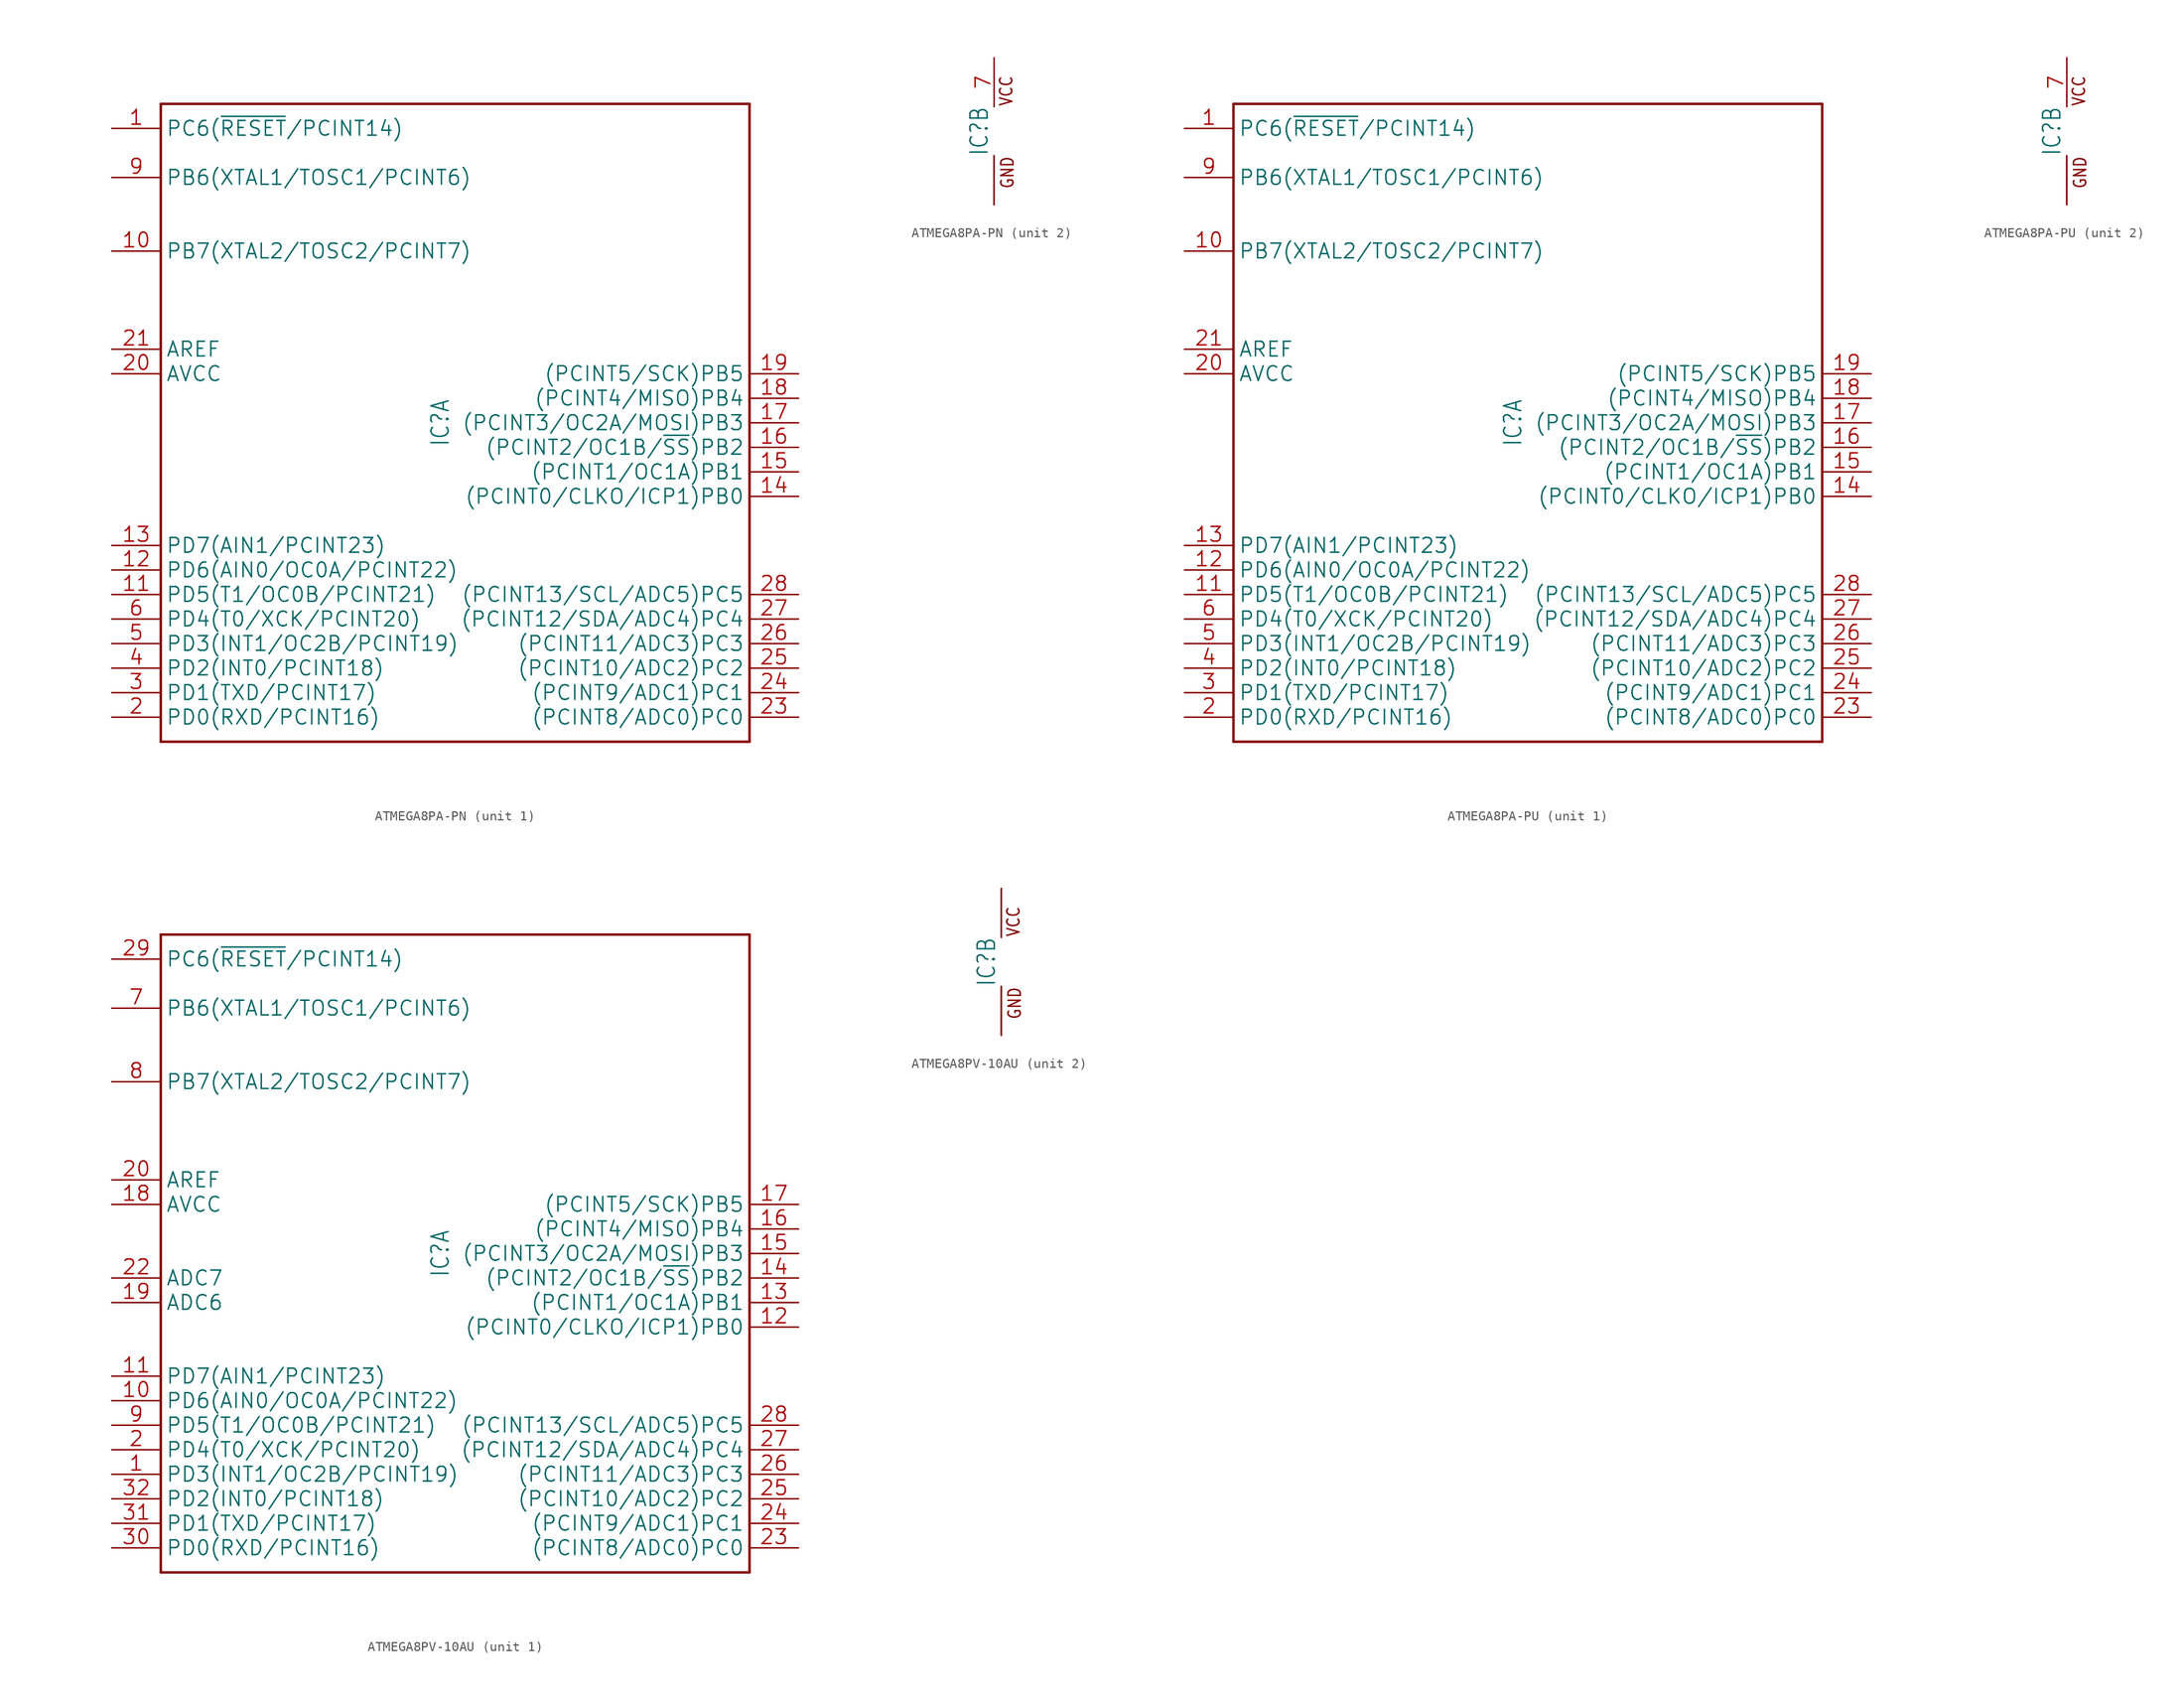
<source format=kicad_sym>
(kicad_symbol_lib
  (version 20241209)
  (generator "kicad_symbol_editor")
  (generator_version "9.0")
  (symbol "ATMEGA8PA-PN"
    (property "Reference" "IC"
      (at -0.508 0 90)
      (effects (font (size 1.778 1.511)) (justify bottom)))
    (property "ki_locked" ""
      (at 0 0 0)
      (effects (font (size 1.27 1.27))))
    (symbol "ATMEGA8PA-PN_1_0"
      (polyline (pts (xy -30.48 33.02) (xy 30.48 33.02)) (stroke (width 0.254) (type solid)) (fill (type none)))
      (polyline (pts (xy -30.48 -33.02) (xy -30.48 33.02)) (stroke (width 0.254) (type solid)) (fill (type none)))
      (polyline (pts (xy 30.48 33.02) (xy 30.48 -33.02)) (stroke (width 0.254) (type solid)) (fill (type none)))
      (polyline (pts (xy 30.48 -33.02) (xy -30.48 -33.02)) (stroke (width 0.254) (type solid)) (fill (type none)))
      (pin bidirectional line (at -35.56 30.48 0) (length 5.08) (name "PC6(~{RESET}/PCINT14)" (effects (font (size 1.524 1.524)))) (number "1" (effects (font (size 1.524 1.524)))))
      (pin bidirectional line (at -35.56 25.4 0) (length 5.08) (name "PB6(XTAL1/TOSC1/PCINT6)" (effects (font (size 1.524 1.524)))) (number "9" (effects (font (size 1.524 1.524)))))
      (pin bidirectional line (at -35.56 17.78 0) (length 5.08) (name "PB7(XTAL2/TOSC2/PCINT7)" (effects (font (size 1.524 1.524)))) (number "10" (effects (font (size 1.524 1.524)))))
      (pin passive line (at -35.56 7.62 0) (length 5.08) (name "AREF" (effects (font (size 1.524 1.524)))) (number "21" (effects (font (size 1.524 1.524)))))
      (pin power_in line (at -35.56 5.08 0) (length 5.08) (name "AVCC" (effects (font (size 1.524 1.524)))) (number "20" (effects (font (size 1.524 1.524)))))
      (pin bidirectional line (at -35.56 -12.7 0) (length 5.08) (name "PD7(AIN1/PCINT23)" (effects (font (size 1.524 1.524)))) (number "13" (effects (font (size 1.524 1.524)))))
      (pin bidirectional line (at -35.56 -15.24 0) (length 5.08) (name "PD6(AIN0/OC0A/PCINT22)" (effects (font (size 1.524 1.524)))) (number "12" (effects (font (size 1.524 1.524)))))
      (pin bidirectional line (at -35.56 -17.78 0) (length 5.08) (name "PD5(T1/OC0B/PCINT21)" (effects (font (size 1.524 1.524)))) (number "11" (effects (font (size 1.524 1.524)))))
      (pin bidirectional line (at -35.56 -20.32 0) (length 5.08) (name "PD4(T0/XCK/PCINT20)" (effects (font (size 1.524 1.524)))) (number "6" (effects (font (size 1.524 1.524)))))
      (pin bidirectional line (at -35.56 -22.86 0) (length 5.08) (name "PD3(INT1/OC2B/PCINT19)" (effects (font (size 1.524 1.524)))) (number "5" (effects (font (size 1.524 1.524)))))
      (pin bidirectional line (at -35.56 -25.4 0) (length 5.08) (name "PD2(INT0/PCINT18)" (effects (font (size 1.524 1.524)))) (number "4" (effects (font (size 1.524 1.524)))))
      (pin bidirectional line (at -35.56 -27.94 0) (length 5.08) (name "PD1(TXD/PCINT17)" (effects (font (size 1.524 1.524)))) (number "3" (effects (font (size 1.524 1.524)))))
      (pin bidirectional line (at -35.56 -30.48 0) (length 5.08) (name "PD0(RXD/PCINT16)" (effects (font (size 1.524 1.524)))) (number "2" (effects (font (size 1.524 1.524)))))
      (pin bidirectional line (at 35.56 5.08 180) (length 5.08) (name "(PCINT5/SCK)PB5" (effects (font (size 1.524 1.524)))) (number "19" (effects (font (size 1.524 1.524)))))
      (pin bidirectional line (at 35.56 2.54 180) (length 5.08) (name "(PCINT4/MISO)PB4" (effects (font (size 1.524 1.524)))) (number "18" (effects (font (size 1.524 1.524)))))
      (pin bidirectional line (at 35.56 0 180) (length 5.08) (name "(PCINT3/OC2A/MOSI)PB3" (effects (font (size 1.524 1.524)))) (number "17" (effects (font (size 1.524 1.524)))))
      (pin bidirectional line (at 35.56 -2.54 180) (length 5.08) (name "(PCINT2/OC1B/~{SS})PB2" (effects (font (size 1.524 1.524)))) (number "16" (effects (font (size 1.524 1.524)))))
      (pin bidirectional line (at 35.56 -5.08 180) (length 5.08) (name "(PCINT1/OC1A)PB1" (effects (font (size 1.524 1.524)))) (number "15" (effects (font (size 1.524 1.524)))))
      (pin bidirectional line (at 35.56 -7.62 180) (length 5.08) (name "(PCINT0/CLKO/ICP1)PB0" (effects (font (size 1.524 1.524)))) (number "14" (effects (font (size 1.524 1.524)))))
      (pin bidirectional line (at 35.56 -17.78 180) (length 5.08) (name "(PCINT13/SCL/ADC5)PC5" (effects (font (size 1.524 1.524)))) (number "28" (effects (font (size 1.524 1.524)))))
      (pin bidirectional line (at 35.56 -20.32 180) (length 5.08) (name "(PCINT12/SDA/ADC4)PC4" (effects (font (size 1.524 1.524)))) (number "27" (effects (font (size 1.524 1.524)))))
      (pin bidirectional line (at 35.56 -22.86 180) (length 5.08) (name "(PCINT11/ADC3)PC3" (effects (font (size 1.524 1.524)))) (number "26" (effects (font (size 1.524 1.524)))))
      (pin bidirectional line (at 35.56 -25.4 180) (length 5.08) (name "(PCINT10/ADC2)PC2" (effects (font (size 1.524 1.524)))) (number "25" (effects (font (size 1.524 1.524)))))
      (pin bidirectional line (at 35.56 -27.94 180) (length 5.08) (name "(PCINT9/ADC1)PC1" (effects (font (size 1.524 1.524)))) (number "24" (effects (font (size 1.524 1.524)))))
      (pin bidirectional line (at 35.56 -30.48 180) (length 5.08) (name "(PCINT8/ADC0)PC0" (effects (font (size 1.524 1.524)))) (number "23" (effects (font (size 1.524 1.524))))))
    (symbol "ATMEGA8PA-PN_2_0"
      (text "VCC" (at 0.508 2.54 900) (effects (font (size 1.27 1.079)) (justify left top)))
      (text "GND" (at 0.635 -2.54 900) (effects (font (size 1.27 1.079)) (justify right top)))
      (pin power_in line (at 0 7.62 270) (length 5.08) (name "VCC" (effects (font (size 0 0)))) (number "7" (effects (font (size 1.524 1.524)))))
      (pin power_in line (at 0 -7.62 90) (length 5.08) (name "GND" (effects (font (size 0 0)))) (number "22" (effects (font (size 0 0)))))
      (pin power_in line (at 0 -7.62 90) (length 5.08) (name "GND" (effects (font (size 0 0)))) (number "8" (effects (font (size 0 0)))))))
  (symbol "ATMEGA8PA-PU"
    (property "Reference" "IC"
      (at -0.508 0 90)
      (effects (font (size 1.778 1.511)) (justify bottom)))
    (property "ki_locked" ""
      (at 0 0 0)
      (effects (font (size 1.27 1.27))))
    (symbol "ATMEGA8PA-PU_1_0"
      (polyline (pts (xy -30.48 33.02) (xy 30.48 33.02)) (stroke (width 0.254) (type solid)) (fill (type none)))
      (polyline (pts (xy -30.48 -33.02) (xy -30.48 33.02)) (stroke (width 0.254) (type solid)) (fill (type none)))
      (polyline (pts (xy 30.48 33.02) (xy 30.48 -33.02)) (stroke (width 0.254) (type solid)) (fill (type none)))
      (polyline (pts (xy 30.48 -33.02) (xy -30.48 -33.02)) (stroke (width 0.254) (type solid)) (fill (type none)))
      (pin bidirectional line (at -35.56 30.48 0) (length 5.08) (name "PC6(~{RESET}/PCINT14)" (effects (font (size 1.524 1.524)))) (number "1" (effects (font (size 1.524 1.524)))))
      (pin bidirectional line (at -35.56 25.4 0) (length 5.08) (name "PB6(XTAL1/TOSC1/PCINT6)" (effects (font (size 1.524 1.524)))) (number "9" (effects (font (size 1.524 1.524)))))
      (pin bidirectional line (at -35.56 17.78 0) (length 5.08) (name "PB7(XTAL2/TOSC2/PCINT7)" (effects (font (size 1.524 1.524)))) (number "10" (effects (font (size 1.524 1.524)))))
      (pin passive line (at -35.56 7.62 0) (length 5.08) (name "AREF" (effects (font (size 1.524 1.524)))) (number "21" (effects (font (size 1.524 1.524)))))
      (pin power_in line (at -35.56 5.08 0) (length 5.08) (name "AVCC" (effects (font (size 1.524 1.524)))) (number "20" (effects (font (size 1.524 1.524)))))
      (pin bidirectional line (at -35.56 -12.7 0) (length 5.08) (name "PD7(AIN1/PCINT23)" (effects (font (size 1.524 1.524)))) (number "13" (effects (font (size 1.524 1.524)))))
      (pin bidirectional line (at -35.56 -15.24 0) (length 5.08) (name "PD6(AIN0/OC0A/PCINT22)" (effects (font (size 1.524 1.524)))) (number "12" (effects (font (size 1.524 1.524)))))
      (pin bidirectional line (at -35.56 -17.78 0) (length 5.08) (name "PD5(T1/OC0B/PCINT21)" (effects (font (size 1.524 1.524)))) (number "11" (effects (font (size 1.524 1.524)))))
      (pin bidirectional line (at -35.56 -20.32 0) (length 5.08) (name "PD4(T0/XCK/PCINT20)" (effects (font (size 1.524 1.524)))) (number "6" (effects (font (size 1.524 1.524)))))
      (pin bidirectional line (at -35.56 -22.86 0) (length 5.08) (name "PD3(INT1/OC2B/PCINT19)" (effects (font (size 1.524 1.524)))) (number "5" (effects (font (size 1.524 1.524)))))
      (pin bidirectional line (at -35.56 -25.4 0) (length 5.08) (name "PD2(INT0/PCINT18)" (effects (font (size 1.524 1.524)))) (number "4" (effects (font (size 1.524 1.524)))))
      (pin bidirectional line (at -35.56 -27.94 0) (length 5.08) (name "PD1(TXD/PCINT17)" (effects (font (size 1.524 1.524)))) (number "3" (effects (font (size 1.524 1.524)))))
      (pin bidirectional line (at -35.56 -30.48 0) (length 5.08) (name "PD0(RXD/PCINT16)" (effects (font (size 1.524 1.524)))) (number "2" (effects (font (size 1.524 1.524)))))
      (pin bidirectional line (at 35.56 5.08 180) (length 5.08) (name "(PCINT5/SCK)PB5" (effects (font (size 1.524 1.524)))) (number "19" (effects (font (size 1.524 1.524)))))
      (pin bidirectional line (at 35.56 2.54 180) (length 5.08) (name "(PCINT4/MISO)PB4" (effects (font (size 1.524 1.524)))) (number "18" (effects (font (size 1.524 1.524)))))
      (pin bidirectional line (at 35.56 0 180) (length 5.08) (name "(PCINT3/OC2A/MOSI)PB3" (effects (font (size 1.524 1.524)))) (number "17" (effects (font (size 1.524 1.524)))))
      (pin bidirectional line (at 35.56 -2.54 180) (length 5.08) (name "(PCINT2/OC1B/~{SS})PB2" (effects (font (size 1.524 1.524)))) (number "16" (effects (font (size 1.524 1.524)))))
      (pin bidirectional line (at 35.56 -5.08 180) (length 5.08) (name "(PCINT1/OC1A)PB1" (effects (font (size 1.524 1.524)))) (number "15" (effects (font (size 1.524 1.524)))))
      (pin bidirectional line (at 35.56 -7.62 180) (length 5.08) (name "(PCINT0/CLKO/ICP1)PB0" (effects (font (size 1.524 1.524)))) (number "14" (effects (font (size 1.524 1.524)))))
      (pin bidirectional line (at 35.56 -17.78 180) (length 5.08) (name "(PCINT13/SCL/ADC5)PC5" (effects (font (size 1.524 1.524)))) (number "28" (effects (font (size 1.524 1.524)))))
      (pin bidirectional line (at 35.56 -20.32 180) (length 5.08) (name "(PCINT12/SDA/ADC4)PC4" (effects (font (size 1.524 1.524)))) (number "27" (effects (font (size 1.524 1.524)))))
      (pin bidirectional line (at 35.56 -22.86 180) (length 5.08) (name "(PCINT11/ADC3)PC3" (effects (font (size 1.524 1.524)))) (number "26" (effects (font (size 1.524 1.524)))))
      (pin bidirectional line (at 35.56 -25.4 180) (length 5.08) (name "(PCINT10/ADC2)PC2" (effects (font (size 1.524 1.524)))) (number "25" (effects (font (size 1.524 1.524)))))
      (pin bidirectional line (at 35.56 -27.94 180) (length 5.08) (name "(PCINT9/ADC1)PC1" (effects (font (size 1.524 1.524)))) (number "24" (effects (font (size 1.524 1.524)))))
      (pin bidirectional line (at 35.56 -30.48 180) (length 5.08) (name "(PCINT8/ADC0)PC0" (effects (font (size 1.524 1.524)))) (number "23" (effects (font (size 1.524 1.524))))))
    (symbol "ATMEGA8PA-PU_2_0"
      (text "VCC" (at 0.508 2.54 900) (effects (font (size 1.27 1.079)) (justify left top)))
      (text "GND" (at 0.635 -2.54 900) (effects (font (size 1.27 1.079)) (justify right top)))
      (pin power_in line (at 0 7.62 270) (length 5.08) (name "VCC" (effects (font (size 0 0)))) (number "7" (effects (font (size 1.524 1.524)))))
      (pin power_in line (at 0 -7.62 90) (length 5.08) (name "GND" (effects (font (size 0 0)))) (number "22" (effects (font (size 0 0)))))
      (pin power_in line (at 0 -7.62 90) (length 5.08) (name "GND" (effects (font (size 0 0)))) (number "8" (effects (font (size 0 0)))))))
  (symbol "ATMEGA8PV-10AU"
    (property "Reference" "IC"
      (at -0.508 0 90)
      (effects (font (size 1.778 1.511)) (justify bottom)))
    (property "ki_locked" ""
      (at 0 0 0)
      (effects (font (size 1.27 1.27))))
    (symbol "ATMEGA8PV-10AU_1_0"
      (polyline (pts (xy -30.48 33.02) (xy 30.48 33.02)) (stroke (width 0.254) (type solid)) (fill (type none)))
      (polyline (pts (xy -30.48 -33.02) (xy -30.48 33.02)) (stroke (width 0.254) (type solid)) (fill (type none)))
      (polyline (pts (xy 30.48 33.02) (xy 30.48 -33.02)) (stroke (width 0.254) (type solid)) (fill (type none)))
      (polyline (pts (xy 30.48 -33.02) (xy -30.48 -33.02)) (stroke (width 0.254) (type solid)) (fill (type none)))
      (pin bidirectional line (at -35.56 30.48 0) (length 5.08) (name "PC6(~{RESET}/PCINT14)" (effects (font (size 1.524 1.524)))) (number "29" (effects (font (size 1.524 1.524)))))
      (pin bidirectional line (at -35.56 25.4 0) (length 5.08) (name "PB6(XTAL1/TOSC1/PCINT6)" (effects (font (size 1.524 1.524)))) (number "7" (effects (font (size 1.524 1.524)))))
      (pin bidirectional line (at -35.56 17.78 0) (length 5.08) (name "PB7(XTAL2/TOSC2/PCINT7)" (effects (font (size 1.524 1.524)))) (number "8" (effects (font (size 1.524 1.524)))))
      (pin passive line (at -35.56 7.62 0) (length 5.08) (name "AREF" (effects (font (size 1.524 1.524)))) (number "20" (effects (font (size 1.524 1.524)))))
      (pin power_in line (at -35.56 5.08 0) (length 5.08) (name "AVCC" (effects (font (size 1.524 1.524)))) (number "18" (effects (font (size 1.524 1.524)))))
      (pin bidirectional line (at -35.56 -2.54 0) (length 5.08) (name "ADC7" (effects (font (size 1.524 1.524)))) (number "22" (effects (font (size 1.524 1.524)))))
      (pin bidirectional line (at -35.56 -5.08 0) (length 5.08) (name "ADC6" (effects (font (size 1.524 1.524)))) (number "19" (effects (font (size 1.524 1.524)))))
      (pin bidirectional line (at -35.56 -12.7 0) (length 5.08) (name "PD7(AIN1/PCINT23)" (effects (font (size 1.524 1.524)))) (number "11" (effects (font (size 1.524 1.524)))))
      (pin bidirectional line (at -35.56 -15.24 0) (length 5.08) (name "PD6(AIN0/OC0A/PCINT22)" (effects (font (size 1.524 1.524)))) (number "10" (effects (font (size 1.524 1.524)))))
      (pin bidirectional line (at -35.56 -17.78 0) (length 5.08) (name "PD5(T1/OC0B/PCINT21)" (effects (font (size 1.524 1.524)))) (number "9" (effects (font (size 1.524 1.524)))))
      (pin bidirectional line (at -35.56 -20.32 0) (length 5.08) (name "PD4(T0/XCK/PCINT20)" (effects (font (size 1.524 1.524)))) (number "2" (effects (font (size 1.524 1.524)))))
      (pin bidirectional line (at -35.56 -22.86 0) (length 5.08) (name "PD3(INT1/OC2B/PCINT19)" (effects (font (size 1.524 1.524)))) (number "1" (effects (font (size 1.524 1.524)))))
      (pin bidirectional line (at -35.56 -25.4 0) (length 5.08) (name "PD2(INT0/PCINT18)" (effects (font (size 1.524 1.524)))) (number "32" (effects (font (size 1.524 1.524)))))
      (pin bidirectional line (at -35.56 -27.94 0) (length 5.08) (name "PD1(TXD/PCINT17)" (effects (font (size 1.524 1.524)))) (number "31" (effects (font (size 1.524 1.524)))))
      (pin bidirectional line (at -35.56 -30.48 0) (length 5.08) (name "PD0(RXD/PCINT16)" (effects (font (size 1.524 1.524)))) (number "30" (effects (font (size 1.524 1.524)))))
      (pin bidirectional line (at 35.56 5.08 180) (length 5.08) (name "(PCINT5/SCK)PB5" (effects (font (size 1.524 1.524)))) (number "17" (effects (font (size 1.524 1.524)))))
      (pin bidirectional line (at 35.56 2.54 180) (length 5.08) (name "(PCINT4/MISO)PB4" (effects (font (size 1.524 1.524)))) (number "16" (effects (font (size 1.524 1.524)))))
      (pin bidirectional line (at 35.56 0 180) (length 5.08) (name "(PCINT3/OC2A/MOSI)PB3" (effects (font (size 1.524 1.524)))) (number "15" (effects (font (size 1.524 1.524)))))
      (pin bidirectional line (at 35.56 -2.54 180) (length 5.08) (name "(PCINT2/OC1B/~{SS})PB2" (effects (font (size 1.524 1.524)))) (number "14" (effects (font (size 1.524 1.524)))))
      (pin bidirectional line (at 35.56 -5.08 180) (length 5.08) (name "(PCINT1/OC1A)PB1" (effects (font (size 1.524 1.524)))) (number "13" (effects (font (size 1.524 1.524)))))
      (pin bidirectional line (at 35.56 -7.62 180) (length 5.08) (name "(PCINT0/CLKO/ICP1)PB0" (effects (font (size 1.524 1.524)))) (number "12" (effects (font (size 1.524 1.524)))))
      (pin bidirectional line (at 35.56 -17.78 180) (length 5.08) (name "(PCINT13/SCL/ADC5)PC5" (effects (font (size 1.524 1.524)))) (number "28" (effects (font (size 1.524 1.524)))))
      (pin bidirectional line (at 35.56 -20.32 180) (length 5.08) (name "(PCINT12/SDA/ADC4)PC4" (effects (font (size 1.524 1.524)))) (number "27" (effects (font (size 1.524 1.524)))))
      (pin bidirectional line (at 35.56 -22.86 180) (length 5.08) (name "(PCINT11/ADC3)PC3" (effects (font (size 1.524 1.524)))) (number "26" (effects (font (size 1.524 1.524)))))
      (pin bidirectional line (at 35.56 -25.4 180) (length 5.08) (name "(PCINT10/ADC2)PC2" (effects (font (size 1.524 1.524)))) (number "25" (effects (font (size 1.524 1.524)))))
      (pin bidirectional line (at 35.56 -27.94 180) (length 5.08) (name "(PCINT9/ADC1)PC1" (effects (font (size 1.524 1.524)))) (number "24" (effects (font (size 1.524 1.524)))))
      (pin bidirectional line (at 35.56 -30.48 180) (length 5.08) (name "(PCINT8/ADC0)PC0" (effects (font (size 1.524 1.524)))) (number "23" (effects (font (size 1.524 1.524))))))
    (symbol "ATMEGA8PV-10AU_2_0"
      (text "VCC" (at 0.508 2.54 900) (effects (font (size 1.27 1.079)) (justify left top)))
      (text "GND" (at 0.635 -2.54 900) (effects (font (size 1.27 1.079)) (justify right top)))
      (pin power_in line (at 0 7.62 270) (length 5.08) (name "VCC" (effects (font (size 0 0)))) (number "4" (effects (font (size 0 0)))))
      (pin power_in line (at 0 7.62 270) (length 5.08) (name "VCC" (effects (font (size 0 0)))) (number "6" (effects (font (size 0 0)))))
      (pin power_in line (at 0 -7.62 90) (length 5.08) (name "GND" (effects (font (size 0 0)))) (number "21" (effects (font (size 0 0)))))
      (pin power_in line (at 0 -7.62 90) (length 5.08) (name "GND" (effects (font (size 0 0)))) (number "3" (effects (font (size 0 0)))))
      (pin power_in line (at 0 -7.62 90) (length 5.08) (name "GND" (effects (font (size 0 0)))) (number "5" (effects (font (size 0 0))))))))
</source>
